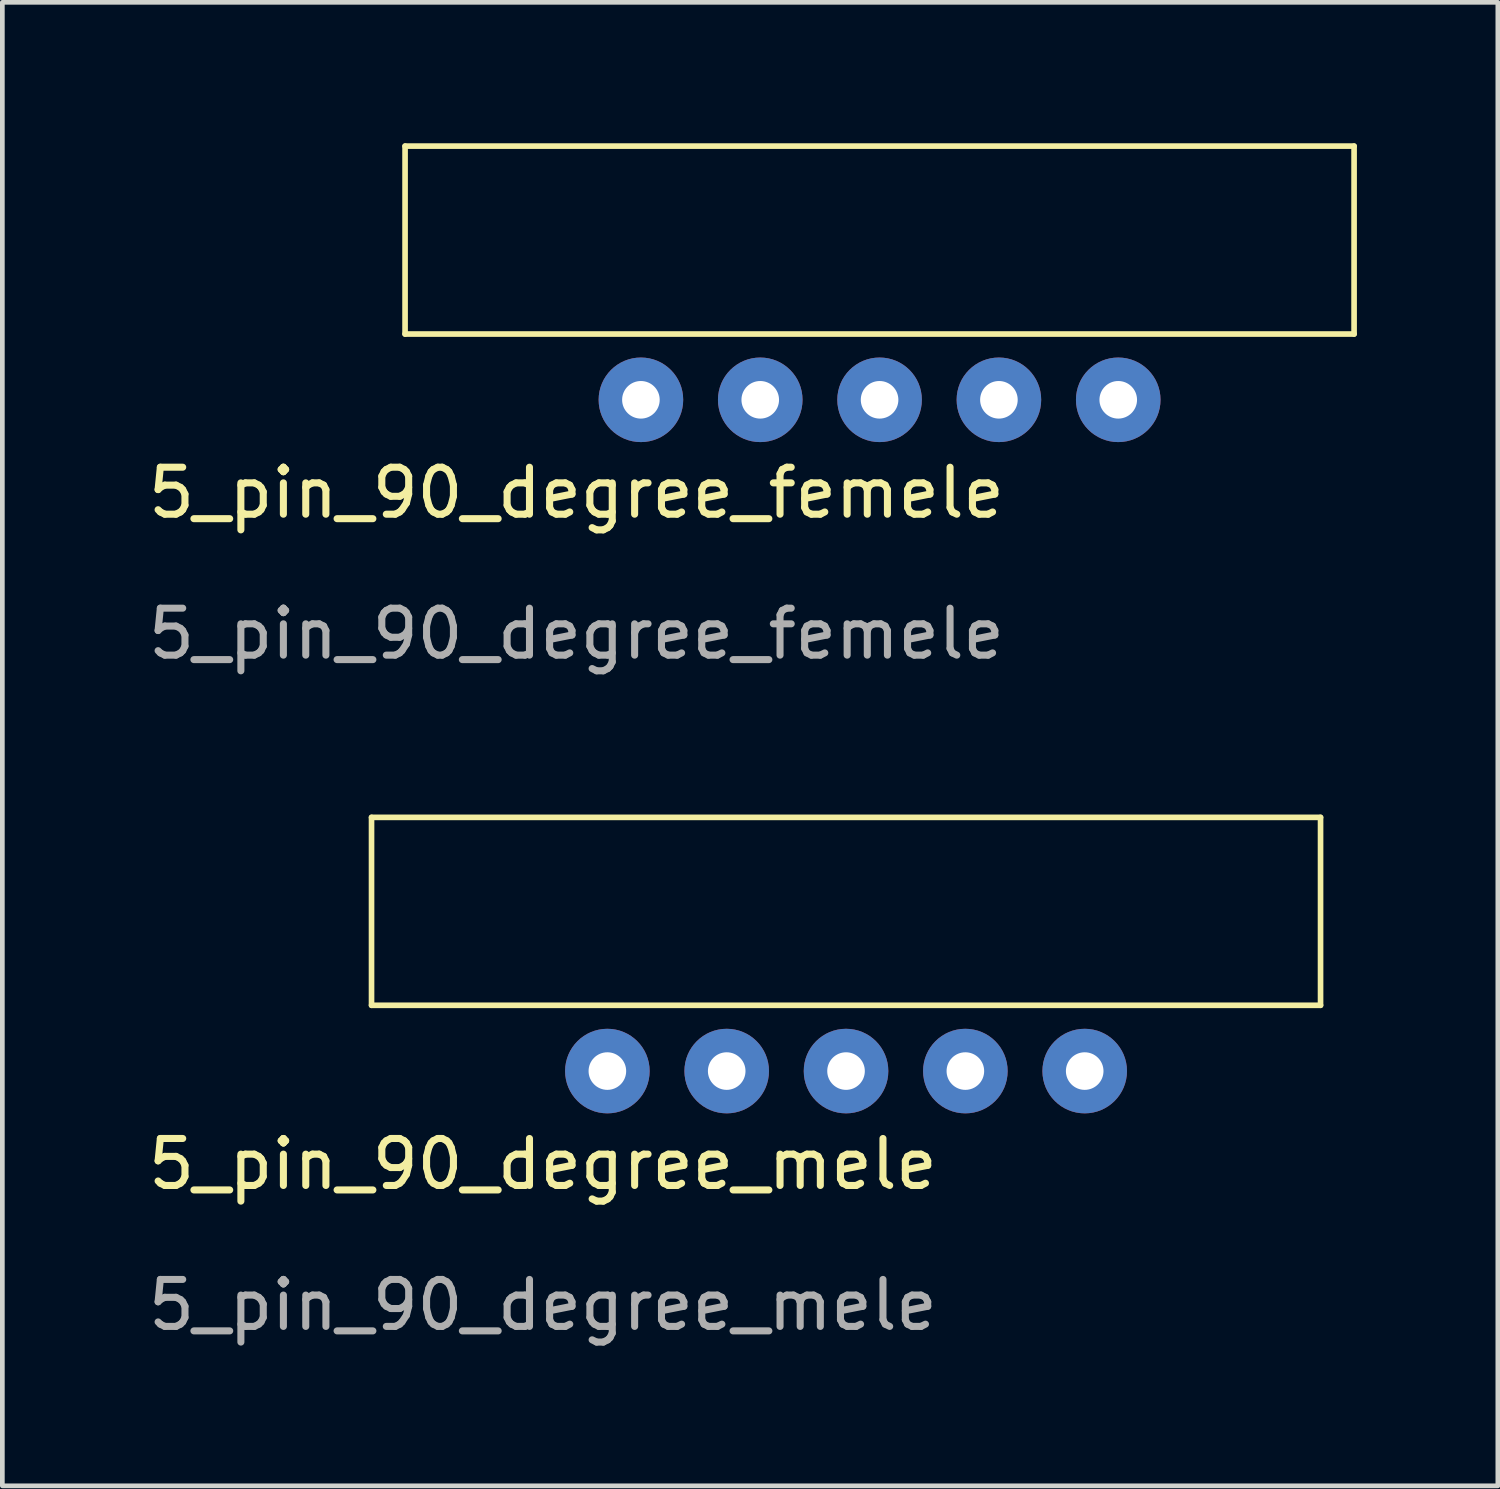
<source format=kicad_pcb>
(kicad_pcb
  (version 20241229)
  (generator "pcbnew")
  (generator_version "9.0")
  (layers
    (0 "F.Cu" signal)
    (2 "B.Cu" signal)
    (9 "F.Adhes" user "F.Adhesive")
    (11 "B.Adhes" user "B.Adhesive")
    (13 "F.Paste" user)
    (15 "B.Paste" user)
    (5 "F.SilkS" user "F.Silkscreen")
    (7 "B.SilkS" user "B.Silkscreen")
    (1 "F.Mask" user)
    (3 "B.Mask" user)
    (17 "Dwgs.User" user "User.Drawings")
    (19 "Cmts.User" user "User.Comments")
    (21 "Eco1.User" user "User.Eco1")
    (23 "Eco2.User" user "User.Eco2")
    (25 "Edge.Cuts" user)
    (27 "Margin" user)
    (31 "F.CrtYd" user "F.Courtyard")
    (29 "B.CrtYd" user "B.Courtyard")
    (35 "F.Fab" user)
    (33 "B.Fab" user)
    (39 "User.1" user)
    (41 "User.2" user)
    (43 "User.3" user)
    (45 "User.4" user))
  (footprint "5_pin_90_degree_femele"
    (layer "F.Cu")
    (at 15.672 5.46)
    (property "Reference" "5_pin_90_degree_femele" (at -6.452 1.98 0) (unlocked yes) (layer "F.SilkS") (effects (font (size 1 1) (thickness 0.15))))
    (attr through_hole)
    (fp_line (start -10.1 -5.4) (end -10.1 -1.4) (stroke (width 0.12) (type solid)) (layer "F.SilkS"))
    (fp_line (start -10.1 -1.4) (end 10.1 -1.4) (stroke (width 0.12) (type solid)) (layer "F.SilkS"))
    (fp_line (start 10.1 -5.4) (end -10.1 -5.4) (stroke (width 0.12) (type solid)) (layer "F.SilkS"))
    (fp_line (start 10.1 -5.4) (end 10.1 -1.4) (stroke (width 0.12) (type solid)) (layer "F.SilkS"))
    (fp_text user "${REFERENCE}" (at -6.452 4.98 0) (unlocked yes) (layer "F.Fab") (effects (font (size 1 1) (thickness 0.15))))
    (pad "1" thru_hole circle (at 5.08 0) (size 1.8 1.8) (drill 0.8) (layers "*.Cu" "*.Mask"))
    (pad "2" thru_hole circle (at 2.54 0) (size 1.8 1.8) (drill 0.8) (layers "*.Cu" "*.Mask"))
    (pad "3" thru_hole circle (at 0 0) (size 1.8 1.8) (drill 0.8) (layers "*.Cu" "*.Mask"))
    (pad "4" thru_hole circle (at -2.54 0) (size 1.8 1.8) (drill 0.8) (layers "*.Cu" "*.Mask"))
    (pad "5" thru_hole circle (at -5.08 0) (size 1.8 1.8) (drill 0.8) (layers "*.Cu" "*.Mask")))
  (footprint "5_pin_90_degree_mele"
    (layer "F.Cu")
    (at 14.958 19.748)
    (property "Reference" "5_pin_90_degree_mele" (at -6.452 1.98 0) (unlocked yes) (layer "F.SilkS") (effects (font (size 1 1) (thickness 0.15))))
    (attr through_hole)
    (fp_line (start -10.1 -5.4) (end -10.1 -1.4) (stroke (width 0.12) (type solid)) (layer "F.SilkS"))
    (fp_line (start -10.1 -1.4) (end 10.1 -1.4) (stroke (width 0.12) (type solid)) (layer "F.SilkS"))
    (fp_line (start 10.1 -5.4) (end -10.1 -5.4) (stroke (width 0.12) (type solid)) (layer "F.SilkS"))
    (fp_line (start 10.1 -5.4) (end 10.1 -1.4) (stroke (width 0.12) (type solid)) (layer "F.SilkS"))
    (fp_text user "${REFERENCE}" (at -6.452 4.98 0) (unlocked yes) (layer "F.Fab") (effects (font (size 1 1) (thickness 0.15))))
    (pad "1" thru_hole circle (at 0 0) (size 1.8 1.8) (drill 0.8) (layers "*.Cu" "*.Mask"))
    (pad "2" thru_hole circle (at 2.54 0) (size 1.8 1.8) (drill 0.8) (layers "*.Cu" "*.Mask"))
    (pad "3" thru_hole circle (at 5.08 0) (size 1.8 1.8) (drill 0.8) (layers "*.Cu" "*.Mask"))
    (pad "4" thru_hole circle (at -2.54 0) (size 1.8 1.8) (drill 0.8) (layers "*.Cu" "*.Mask"))
    (pad "5" thru_hole circle (at -5.08 0) (size 1.8 1.8) (drill 0.8) (layers "*.Cu" "*.Mask")))
  (gr_rect
    (start -3 -3)
    (end 28.832 28.576)
    (stroke (width 0.1) (type default))
    (fill no)
    (layer "Edge.Cuts")))
</source>
